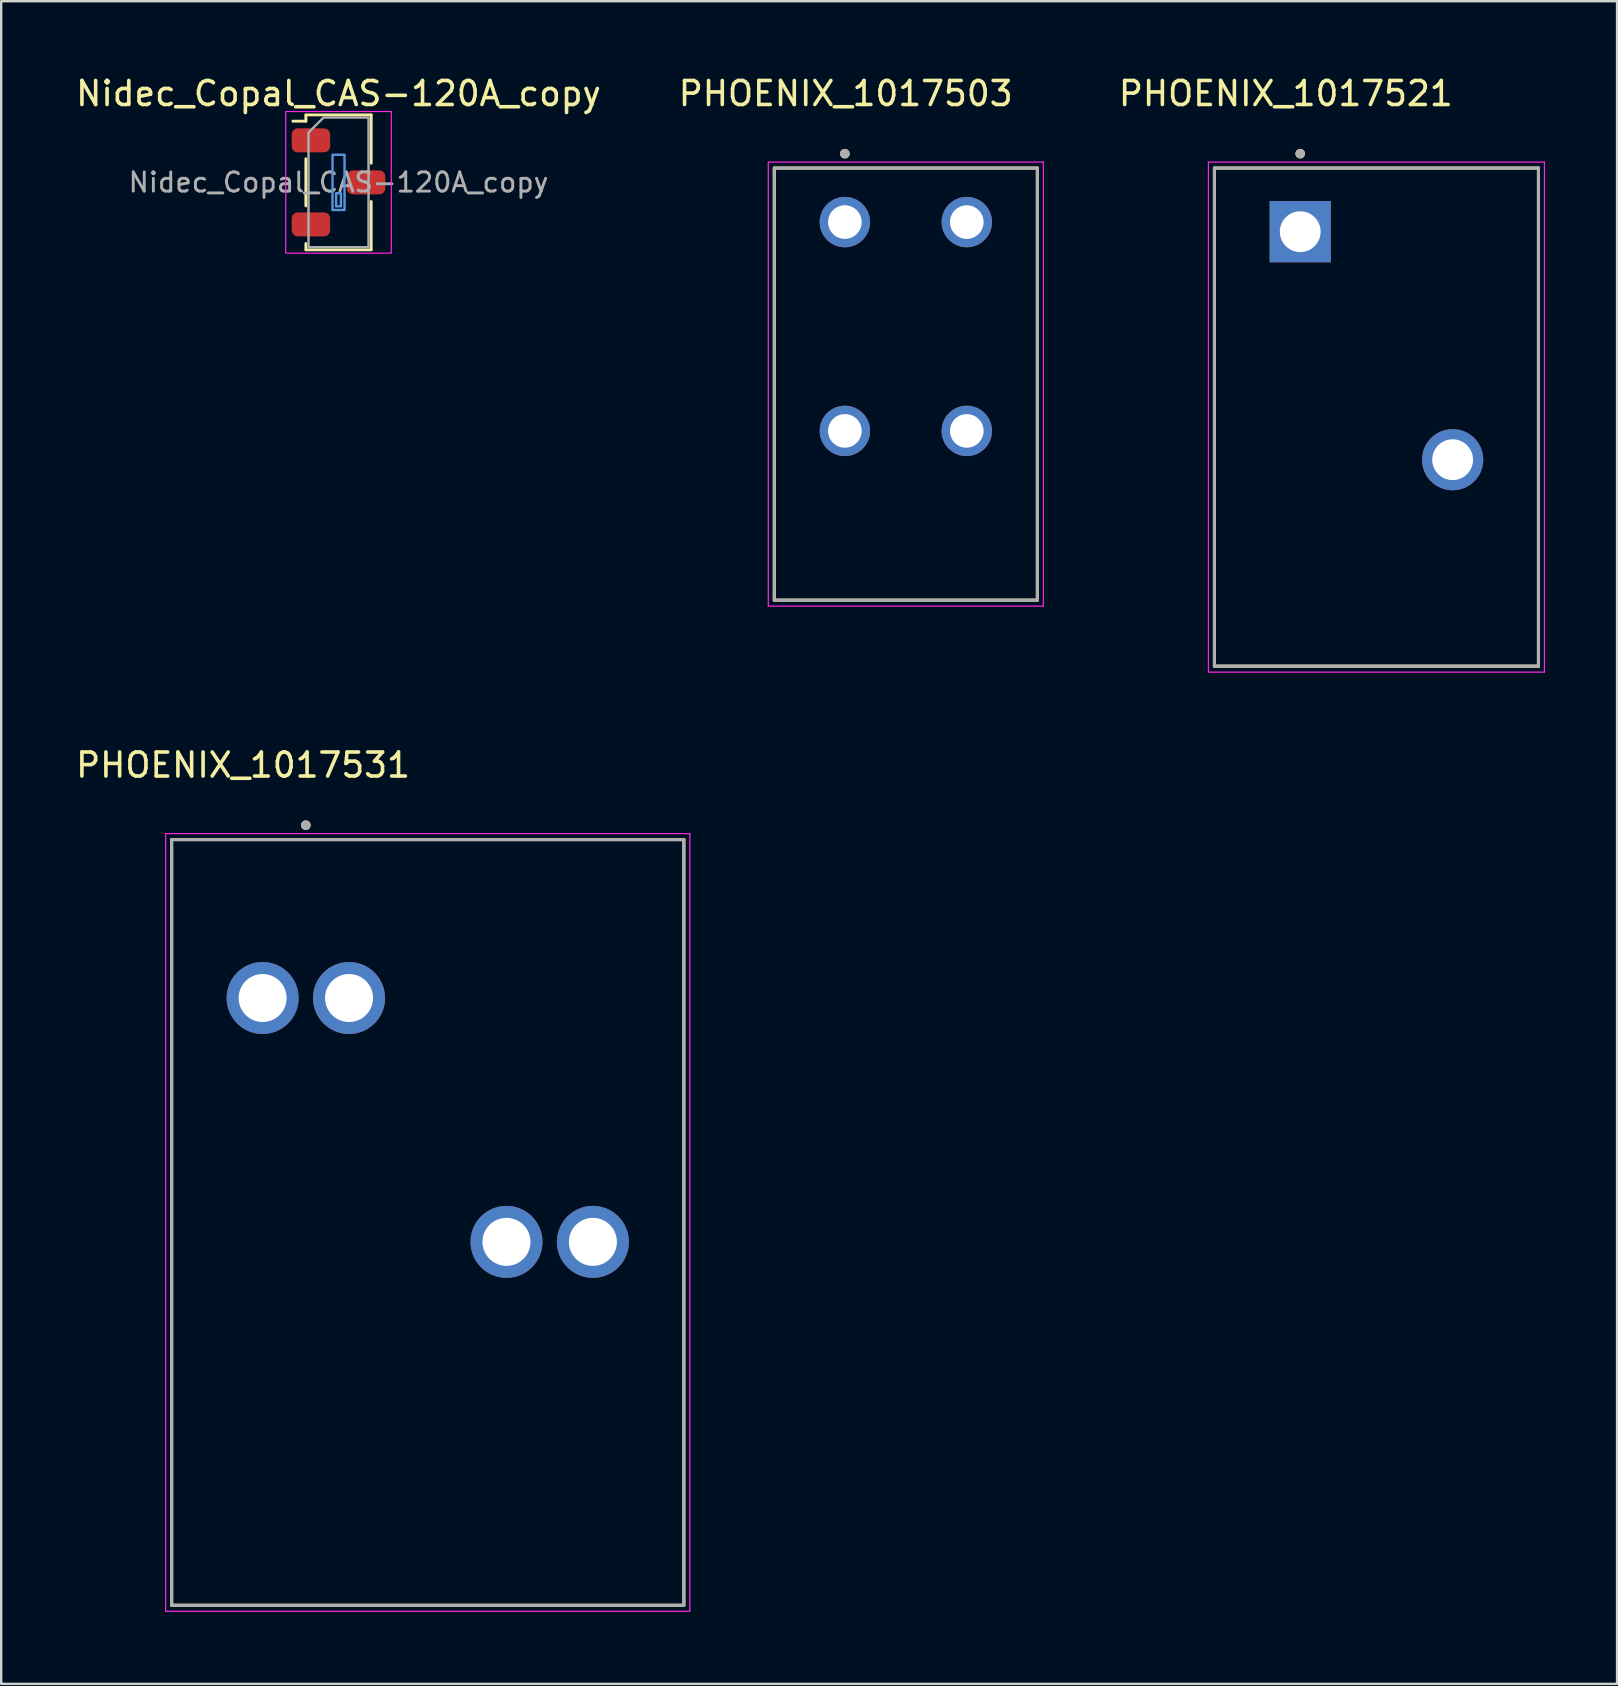
<source format=kicad_pcb>
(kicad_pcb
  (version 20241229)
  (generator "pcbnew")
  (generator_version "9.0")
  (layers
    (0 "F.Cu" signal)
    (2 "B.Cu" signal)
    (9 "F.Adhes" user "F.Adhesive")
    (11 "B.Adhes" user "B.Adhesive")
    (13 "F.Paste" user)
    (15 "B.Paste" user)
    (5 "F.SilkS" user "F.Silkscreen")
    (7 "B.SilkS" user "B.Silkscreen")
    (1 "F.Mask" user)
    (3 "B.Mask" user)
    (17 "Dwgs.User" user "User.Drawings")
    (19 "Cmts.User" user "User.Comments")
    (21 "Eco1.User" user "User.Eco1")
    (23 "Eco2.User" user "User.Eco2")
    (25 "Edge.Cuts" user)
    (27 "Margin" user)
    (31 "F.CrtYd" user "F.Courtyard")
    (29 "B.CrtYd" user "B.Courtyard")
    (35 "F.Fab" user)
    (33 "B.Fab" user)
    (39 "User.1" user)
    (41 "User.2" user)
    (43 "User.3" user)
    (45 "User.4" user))
  (footprint "PHOENIX_1017531"
    (layer "F.Cu")
    (at 4.102 63.831)
    (property "Reference" "PHOENIX_1017531" (at 2.975 -35.005 0) (layer "F.SilkS") (effects (font (size 1 1) (thickness 0.15))))
    (attr through_hole)
    (fp_line (start 0 -31.9) (end 21.34 -31.9) (stroke (width 0.127) (type solid)) (layer "F.SilkS"))
    (fp_line (start 0 0) (end 0 -31.9) (stroke (width 0.127) (type solid)) (layer "F.SilkS"))
    (fp_line (start 21.34 -31.9) (end 21.34 0) (stroke (width 0.127) (type solid)) (layer "F.SilkS"))
    (fp_line (start 21.34 0) (end 0 0) (stroke (width 0.127) (type solid)) (layer "F.SilkS"))
    (fp_circle (center 5.59 -32.5) (end 5.69 -32.5) (stroke (width 0.2) (type solid)) (fill no) (layer "F.SilkS"))
    (fp_line (start -0.25 -32.15) (end -0.25 0.25) (stroke (width 0.05) (type solid)) (layer "F.CrtYd"))
    (fp_line (start -0.25 0.25) (end 21.59 0.25) (stroke (width 0.05) (type solid)) (layer "F.CrtYd"))
    (fp_line (start 21.59 -32.15) (end -0.25 -32.15) (stroke (width 0.05) (type solid)) (layer "F.CrtYd"))
    (fp_line (start 21.59 0.25) (end 21.59 -32.15) (stroke (width 0.05) (type solid)) (layer "F.CrtYd"))
    (fp_line (start 0 -31.9) (end 21.34 -31.9) (stroke (width 0.127) (type solid)) (layer "F.Fab"))
    (fp_line (start 0 0) (end 0 -31.9) (stroke (width 0.127) (type solid)) (layer "F.Fab"))
    (fp_line (start 21.34 -31.9) (end 21.34 0) (stroke (width 0.127) (type solid)) (layer "F.Fab"))
    (fp_line (start 21.34 0) (end 0 0) (stroke (width 0.127) (type solid)) (layer "F.Fab"))
    (fp_circle (center 5.59 -32.5) (end 5.69 -32.5) (stroke (width 0.2) (type solid)) (fill no) (layer "F.Fab"))
    (pad "1_1" thru_hole circle (at 3.79 -25.3) (size 3 3) (drill 2) (layers "*.Cu" "*.Mask"))
    (pad "1_2" thru_hole circle (at 7.39 -25.3) (size 3 3) (drill 2) (layers "*.Cu" "*.Mask"))
    (pad "2_1" thru_hole circle (at 13.95 -15.14) (size 3 3) (drill 2) (layers "*.Cu" "*.Mask"))
    (pad "2_2" thru_hole circle (at 17.55 -15.14) (size 3 3) (drill 2) (layers "*.Cu" "*.Mask")))
  (footprint "PHOENIX_1017503"
    (layer "F.Cu")
    (at 29.21 21.953)
    (property "Reference" "PHOENIX_1017503" (at 2.975 -21.105 0) (layer "F.SilkS") (effects (font (size 1 1) (thickness 0.15))))
    (attr through_hole)
    (fp_line (start 0 -18) (end 10.96 -18) (stroke (width 0.127) (type solid)) (layer "F.SilkS"))
    (fp_line (start 0 0) (end 0 -18) (stroke (width 0.127) (type solid)) (layer "F.SilkS"))
    (fp_line (start 10.96 -18) (end 10.96 0) (stroke (width 0.127) (type solid)) (layer "F.SilkS"))
    (fp_line (start 10.96 0) (end 0 0) (stroke (width 0.127) (type solid)) (layer "F.SilkS"))
    (fp_circle (center 2.94 -18.6) (end 3.04 -18.6) (stroke (width 0.2) (type solid)) (fill no) (layer "F.SilkS"))
    (fp_line (start -0.25 -18.25) (end -0.25 0.25) (stroke (width 0.05) (type solid)) (layer "F.CrtYd"))
    (fp_line (start -0.25 0.25) (end 11.21 0.25) (stroke (width 0.05) (type solid)) (layer "F.CrtYd"))
    (fp_line (start 11.21 -18.25) (end -0.25 -18.25) (stroke (width 0.05) (type solid)) (layer "F.CrtYd"))
    (fp_line (start 11.21 0.25) (end 11.21 -18.25) (stroke (width 0.05) (type solid)) (layer "F.CrtYd"))
    (fp_line (start 0 -18) (end 10.96 -18) (stroke (width 0.127) (type solid)) (layer "F.Fab"))
    (fp_line (start 0 0) (end 0 -18) (stroke (width 0.127) (type solid)) (layer "F.Fab"))
    (fp_line (start 10.96 -18) (end 10.96 0) (stroke (width 0.127) (type solid)) (layer "F.Fab"))
    (fp_line (start 10.96 0) (end 0 0) (stroke (width 0.127) (type solid)) (layer "F.Fab"))
    (fp_circle (center 2.94 -18.6) (end 3.04 -18.6) (stroke (width 0.2) (type solid)) (fill no) (layer "F.Fab"))
    (pad "1" thru_hole circle (at 2.94 -15.75) (size 2.1 2.1) (drill 1.4) (layers "*.Cu" "*.Mask"))
    (pad "1" thru_hole circle (at 2.94 -7.05) (size 2.1 2.1) (drill 1.4) (layers "*.Cu" "*.Mask"))
    (pad "2" thru_hole circle (at 8.02 -15.75) (size 2.1 2.1) (drill 1.4) (layers "*.Cu" "*.Mask"))
    (pad "2" thru_hole circle (at 8.02 -7.05) (size 2.1 2.1) (drill 1.4) (layers "*.Cu" "*.Mask")))
  (footprint "Nidec_Copal_CAS-120A_copy"
    (layer "F.Cu")
    (at 11.054 4.548)
    (property "Reference" "Nidec_Copal_CAS-120A_copy" (at 0 -3.7 0) (unlocked yes) (layer "F.SilkS") (effects (font (size 1 1) (thickness 0.15))))
    (attr smd)
    (fp_line (start -1.36 -2.81) (end 1.36 -2.81) (stroke (width 0.12) (type solid)) (layer "F.SilkS"))
    (fp_line (start -1.36 -2.55) (end -1.9 -2.55) (stroke (width 0.12) (type default)) (layer "F.SilkS"))
    (fp_line (start -1.36 -2.55) (end -1.36 -2.8) (stroke (width 0.12) (type solid)) (layer "F.SilkS"))
    (fp_line (start -1.36 -0.98) (end -1.36 0.98) (stroke (width 0.12) (type solid)) (layer "F.SilkS"))
    (fp_line (start -1.36 2.81) (end -1.36 2.55) (stroke (width 0.12) (type solid)) (layer "F.SilkS"))
    (fp_line (start 1.35 2.81) (end -1.35 2.81) (stroke (width 0.12) (type solid)) (layer "F.SilkS"))
    (fp_line (start 1.36 -2.81) (end 1.36 -0.8) (stroke (width 0.12) (type solid)) (layer "F.SilkS"))
    (fp_line (start 1.36 0.8) (end 1.36 2.81) (stroke (width 0.12) (type solid)) (layer "F.SilkS"))
    (fp_rect (start -0.25 -1.15) (end 0.25 1.15) (stroke (width 0.1) (type default)) (fill no) (layer "Cmts.User"))
    (fp_rect (start -0.1 0.45) (end 0.1 1) (stroke (width 0.1) (type solid)) (fill no) (layer "Cmts.User"))
    (fp_rect (start 2.2 -2.95) (end -2.2 2.95) (stroke (width 0.05) (type solid)) (fill no) (layer "F.CrtYd"))
    (fp_poly (pts (xy 1.25 -2.7) (xy -0.625 -2.7) (xy -1.25 -2.075) (xy -1.25 2.7) (xy 1.25 2.7)) (stroke (width 0.1) (type solid)) (fill no) (layer "F.Fab"))
    (fp_text user "${REFERENCE}" (at 0 0 0) (unlocked yes) (layer "F.Fab") (effects (font (size 0.8 0.8) (thickness 0.12))))
    (pad "1" smd roundrect (at -1.15 -1.75 270) (size 1 1.6) (layers "F.Cu" "F.Mask" "F.Paste") (roundrect_rratio 0.25))
    (pad "2" smd roundrect (at 1.15 0 270) (size 1 1.6) (layers "F.Cu" "F.Mask" "F.Paste") (roundrect_rratio 0.25))
    (pad "3" smd roundrect (at -1.15 1.75 270) (size 1 1.6) (layers "F.Cu" "F.Mask" "F.Paste") (roundrect_rratio 0.25)))
  (footprint "PHOENIX_1017521"
    (layer "F.Cu")
    (at 47.547 24.703)
    (property "Reference" "PHOENIX_1017521" (at 2.975 -23.855 0) (layer "F.SilkS") (effects (font (size 1 1) (thickness 0.15))))
    (attr through_hole)
    (fp_line (start 0 -20.75) (end 13.5 -20.75) (stroke (width 0.127) (type solid)) (layer "F.SilkS"))
    (fp_line (start 0 0) (end 0 -20.75) (stroke (width 0.127) (type solid)) (layer "F.SilkS"))
    (fp_line (start 13.5 -20.75) (end 13.5 0) (stroke (width 0.127) (type solid)) (layer "F.SilkS"))
    (fp_line (start 13.5 0) (end 0 0) (stroke (width 0.127) (type solid)) (layer "F.SilkS"))
    (fp_circle (center 3.575 -21.35) (end 3.675 -21.35) (stroke (width 0.2) (type solid)) (fill no) (layer "F.SilkS"))
    (fp_line (start -0.25 -21) (end -0.25 0.25) (stroke (width 0.05) (type solid)) (layer "F.CrtYd"))
    (fp_line (start -0.25 0.25) (end 13.75 0.25) (stroke (width 0.05) (type solid)) (layer "F.CrtYd"))
    (fp_line (start 13.75 -21) (end -0.25 -21) (stroke (width 0.05) (type solid)) (layer "F.CrtYd"))
    (fp_line (start 13.75 0.25) (end 13.75 -21) (stroke (width 0.05) (type solid)) (layer "F.CrtYd"))
    (fp_line (start 0 -20.75) (end 13.5 -20.75) (stroke (width 0.127) (type solid)) (layer "F.Fab"))
    (fp_line (start 0 0) (end 0 -20.75) (stroke (width 0.127) (type solid)) (layer "F.Fab"))
    (fp_line (start 13.5 -20.75) (end 13.5 0) (stroke (width 0.127) (type solid)) (layer "F.Fab"))
    (fp_line (start 13.5 0) (end 0 0) (stroke (width 0.127) (type solid)) (layer "F.Fab"))
    (fp_circle (center 3.575 -21.35) (end 3.675 -21.35) (stroke (width 0.2) (type solid)) (fill no) (layer "F.Fab"))
    (pad "1" thru_hole rect (at 3.575 -18.1) (size 2.55 2.55) (drill 1.7) (layers "*.Cu" "*.Mask"))
    (pad "2" thru_hole circle (at 9.925 -8.6) (size 2.55 2.55) (drill 1.7) (layers "*.Cu" "*.Mask")))
  (gr_rect
    (start -3 -3)
    (end 64.322 67.106)
    (stroke (width 0.1) (type default))
    (fill no)
    (layer "Edge.Cuts")))
</source>
